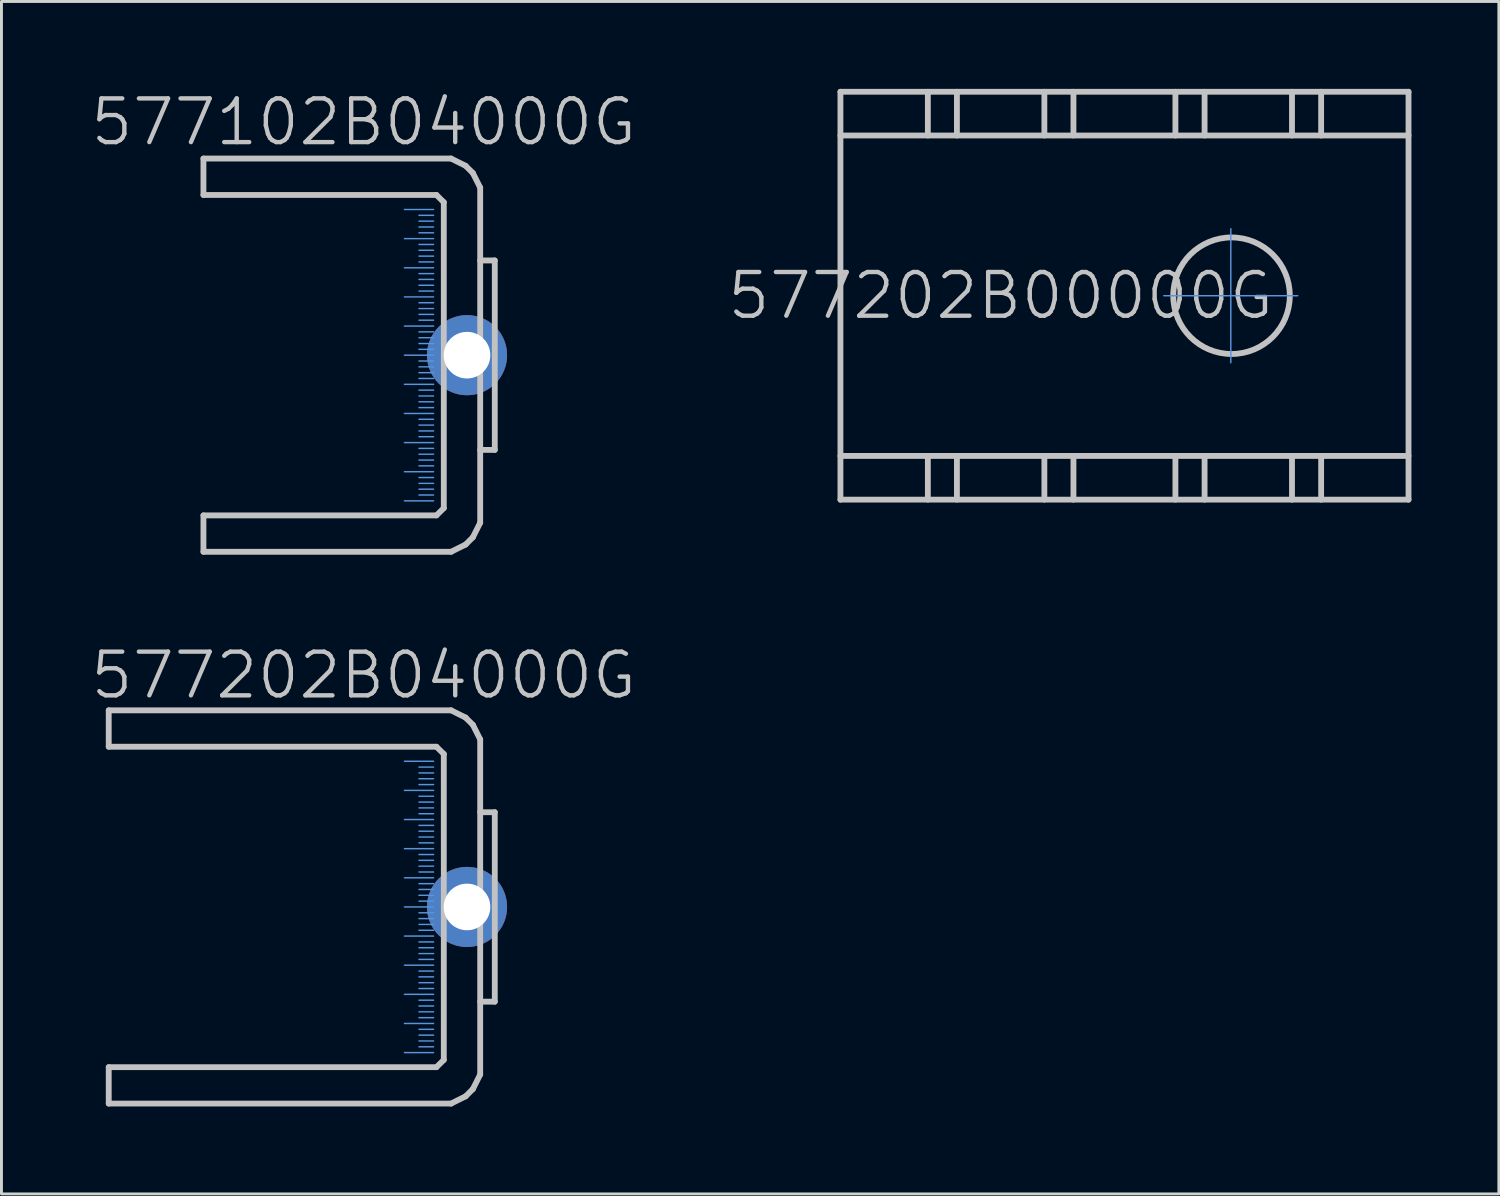
<source format=kicad_pcb>
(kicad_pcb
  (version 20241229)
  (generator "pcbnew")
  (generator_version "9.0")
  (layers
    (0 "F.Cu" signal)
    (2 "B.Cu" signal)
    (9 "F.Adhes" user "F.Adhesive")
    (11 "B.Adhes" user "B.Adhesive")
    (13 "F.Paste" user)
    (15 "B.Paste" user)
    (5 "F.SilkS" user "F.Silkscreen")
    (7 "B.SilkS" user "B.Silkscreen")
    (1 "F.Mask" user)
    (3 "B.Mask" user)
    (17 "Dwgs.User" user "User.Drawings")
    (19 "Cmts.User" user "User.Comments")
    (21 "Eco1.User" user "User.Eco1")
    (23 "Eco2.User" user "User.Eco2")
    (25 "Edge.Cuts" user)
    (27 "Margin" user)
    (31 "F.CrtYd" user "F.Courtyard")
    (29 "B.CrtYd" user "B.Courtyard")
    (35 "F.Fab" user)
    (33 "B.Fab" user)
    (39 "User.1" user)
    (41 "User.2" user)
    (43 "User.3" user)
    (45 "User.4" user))
  (footprint "577102B04000G"
    (layer "F.Cu")
    (at 9.432 9.141)
    (property "Reference" "577102B04000G" (at 0 -8 180) (layer "Dwgs.User") (effects (font (size 1.5 1.5) (thickness 0.15))))
    (attr through_hole)
    (fp_line (start -5.499 -5.499) (end -5.499 -6.749) (stroke (width 0.2) (type solid)) (layer "Dwgs.User"))
    (fp_line (start -5.499 -5.499) (end 2.499 -5.499) (stroke (width 0.2) (type solid)) (layer "Dwgs.User"))
    (fp_line (start -5.499 5.499) (end 2.499 5.499) (stroke (width 0.2) (type solid)) (layer "Dwgs.User"))
    (fp_line (start -5.499 6.749) (end -5.499 5.499) (stroke (width 0.2) (type solid)) (layer "Dwgs.User"))
    (fp_line (start 2.499 -5.499) (end 2.751 -5.25) (stroke (width 0.2) (type solid)) (layer "Dwgs.User"))
    (fp_line (start 2.751 -5.25) (end 2.751 5.25) (stroke (width 0.2) (type solid)) (layer "Dwgs.User"))
    (fp_line (start 2.751 5.25) (end 2.499 5.499) (stroke (width 0.2) (type solid)) (layer "Dwgs.User"))
    (fp_line (start 3 -6.749) (end -5.499 -6.749) (stroke (width 0.2) (type solid)) (layer "Dwgs.User"))
    (fp_line (start 3 -6.749) (end 3.5 -6.5) (stroke (width 0.2) (type solid)) (layer "Dwgs.User"))
    (fp_line (start 3 6.749) (end -5.499 6.749) (stroke (width 0.2) (type solid)) (layer "Dwgs.User"))
    (fp_line (start 3.5 -6.5) (end 3.749 -6.251) (stroke (width 0.2) (type solid)) (layer "Dwgs.User"))
    (fp_line (start 3.5 6.5) (end 3 6.749) (stroke (width 0.2) (type solid)) (layer "Dwgs.User"))
    (fp_line (start 3.749 -6.251) (end 4 -5.751) (stroke (width 0.2) (type solid)) (layer "Dwgs.User"))
    (fp_line (start 3.749 6.251) (end 3.5 6.5) (stroke (width 0.2) (type solid)) (layer "Dwgs.User"))
    (fp_line (start 4 -3.251) (end 4.501 -3.251) (stroke (width 0.2) (type solid)) (layer "Dwgs.User"))
    (fp_line (start 4 5.751) (end 3.749 6.251) (stroke (width 0.2) (type solid)) (layer "Dwgs.User"))
    (fp_line (start 4 5.751) (end 4 -5.751) (stroke (width 0.2) (type solid)) (layer "Dwgs.User"))
    (fp_line (start 4.501 -3.251) (end 4.501 3.251) (stroke (width 0.2) (type solid)) (layer "Dwgs.User"))
    (fp_line (start 4.501 3.251) (end 4 3.251) (stroke (width 0.2) (type solid)) (layer "Dwgs.User"))
    (fp_line (start 2.4 -5) (end 1.4 -5) (stroke (width 0.05) (type solid)) (layer "Cmts.User"))
    (fp_line (start 2.4 -4.8) (end 1.9 -4.8) (stroke (width 0.05) (type solid)) (layer "Cmts.User"))
    (fp_line (start 2.4 -4.6) (end 1.9 -4.6) (stroke (width 0.05) (type solid)) (layer "Cmts.User"))
    (fp_line (start 2.4 -4.4) (end 1.9 -4.4) (stroke (width 0.05) (type solid)) (layer "Cmts.User"))
    (fp_line (start 2.4 -4.2) (end 1.9 -4.2) (stroke (width 0.05) (type solid)) (layer "Cmts.User"))
    (fp_line (start 2.4 -4) (end 1.4 -4) (stroke (width 0.05) (type solid)) (layer "Cmts.User"))
    (fp_line (start 2.4 -3.8) (end 1.9 -3.8) (stroke (width 0.05) (type solid)) (layer "Cmts.User"))
    (fp_line (start 2.4 -3.6) (end 1.9 -3.6) (stroke (width 0.05) (type solid)) (layer "Cmts.User"))
    (fp_line (start 2.4 -3.4) (end 1.9 -3.4) (stroke (width 0.05) (type solid)) (layer "Cmts.User"))
    (fp_line (start 2.4 -3.2) (end 1.9 -3.2) (stroke (width 0.05) (type solid)) (layer "Cmts.User"))
    (fp_line (start 2.4 -3) (end 1.4 -3) (stroke (width 0.05) (type solid)) (layer "Cmts.User"))
    (fp_line (start 2.4 -2.8) (end 1.9 -2.8) (stroke (width 0.05) (type solid)) (layer "Cmts.User"))
    (fp_line (start 2.4 -2.6) (end 1.9 -2.6) (stroke (width 0.05) (type solid)) (layer "Cmts.User"))
    (fp_line (start 2.4 -2.4) (end 1.9 -2.4) (stroke (width 0.05) (type solid)) (layer "Cmts.User"))
    (fp_line (start 2.4 -2.2) (end 1.9 -2.2) (stroke (width 0.05) (type solid)) (layer "Cmts.User"))
    (fp_line (start 2.4 -2) (end 1.4 -2) (stroke (width 0.05) (type solid)) (layer "Cmts.User"))
    (fp_line (start 2.4 -1.8) (end 1.9 -1.8) (stroke (width 0.05) (type solid)) (layer "Cmts.User"))
    (fp_line (start 2.4 -1.6) (end 1.9 -1.6) (stroke (width 0.05) (type solid)) (layer "Cmts.User"))
    (fp_line (start 2.4 -1.4) (end 1.9 -1.4) (stroke (width 0.05) (type solid)) (layer "Cmts.User"))
    (fp_line (start 2.4 -1.2) (end 1.9 -1.2) (stroke (width 0.05) (type solid)) (layer "Cmts.User"))
    (fp_line (start 2.4 -1) (end 1.4 -1) (stroke (width 0.05) (type solid)) (layer "Cmts.User"))
    (fp_line (start 2.4 -0.8) (end 1.9 -0.8) (stroke (width 0.05) (type solid)) (layer "Cmts.User"))
    (fp_line (start 2.4 -0.6) (end 1.9 -0.6) (stroke (width 0.05) (type solid)) (layer "Cmts.User"))
    (fp_line (start 2.4 -0.4) (end 1.9 -0.4) (stroke (width 0.05) (type solid)) (layer "Cmts.User"))
    (fp_line (start 2.4 -0.2) (end 1.9 -0.2) (stroke (width 0.05) (type solid)) (layer "Cmts.User"))
    (fp_line (start 2.4 0) (end 1.4 0) (stroke (width 0.05) (type solid)) (layer "Cmts.User"))
    (fp_line (start 2.4 0.2) (end 1.9 0.2) (stroke (width 0.05) (type solid)) (layer "Cmts.User"))
    (fp_line (start 2.4 0.4) (end 1.9 0.4) (stroke (width 0.05) (type solid)) (layer "Cmts.User"))
    (fp_line (start 2.4 0.6) (end 1.9 0.6) (stroke (width 0.05) (type solid)) (layer "Cmts.User"))
    (fp_line (start 2.4 0.8) (end 1.9 0.8) (stroke (width 0.05) (type solid)) (layer "Cmts.User"))
    (fp_line (start 2.4 1) (end 1.4 1) (stroke (width 0.05) (type solid)) (layer "Cmts.User"))
    (fp_line (start 2.4 1.2) (end 1.9 1.2) (stroke (width 0.05) (type solid)) (layer "Cmts.User"))
    (fp_line (start 2.4 1.4) (end 1.9 1.4) (stroke (width 0.05) (type solid)) (layer "Cmts.User"))
    (fp_line (start 2.4 1.6) (end 1.9 1.6) (stroke (width 0.05) (type solid)) (layer "Cmts.User"))
    (fp_line (start 2.4 1.8) (end 1.9 1.8) (stroke (width 0.05) (type solid)) (layer "Cmts.User"))
    (fp_line (start 2.4 2) (end 1.4 2) (stroke (width 0.05) (type solid)) (layer "Cmts.User"))
    (fp_line (start 2.4 2.2) (end 1.9 2.2) (stroke (width 0.05) (type solid)) (layer "Cmts.User"))
    (fp_line (start 2.4 2.4) (end 1.9 2.4) (stroke (width 0.05) (type solid)) (layer "Cmts.User"))
    (fp_line (start 2.4 2.6) (end 1.9 2.6) (stroke (width 0.05) (type solid)) (layer "Cmts.User"))
    (fp_line (start 2.4 2.8) (end 1.9 2.8) (stroke (width 0.05) (type solid)) (layer "Cmts.User"))
    (fp_line (start 2.4 3) (end 1.4 3) (stroke (width 0.05) (type solid)) (layer "Cmts.User"))
    (fp_line (start 2.4 3.2) (end 1.9 3.2) (stroke (width 0.05) (type solid)) (layer "Cmts.User"))
    (fp_line (start 2.4 3.4) (end 1.9 3.4) (stroke (width 0.05) (type solid)) (layer "Cmts.User"))
    (fp_line (start 2.4 3.6) (end 1.9 3.6) (stroke (width 0.05) (type solid)) (layer "Cmts.User"))
    (fp_line (start 2.4 3.8) (end 1.9 3.8) (stroke (width 0.05) (type solid)) (layer "Cmts.User"))
    (fp_line (start 2.4 4) (end 1.4 4) (stroke (width 0.05) (type solid)) (layer "Cmts.User"))
    (fp_line (start 2.4 4.2) (end 1.9 4.2) (stroke (width 0.05) (type solid)) (layer "Cmts.User"))
    (fp_line (start 2.4 4.4) (end 1.9 4.4) (stroke (width 0.05) (type solid)) (layer "Cmts.User"))
    (fp_line (start 2.4 4.6) (end 1.9 4.6) (stroke (width 0.05) (type solid)) (layer "Cmts.User"))
    (fp_line (start 2.4 4.8) (end 1.9 4.8) (stroke (width 0.05) (type solid)) (layer "Cmts.User"))
    (fp_line (start 2.4 5) (end 1.4 5) (stroke (width 0.05) (type solid)) (layer "Cmts.User"))
    (pad "" thru_hole circle (at 3.548 0 270) (size 2.75 2.75) (drill 1.6) (layers "*.Cu" "*.Mask")))
  (footprint "577202B00000G"
    (layer "F.Cu")
    (at 31.296 7.1)
    (property "Reference" "577202B00000G" (at 0 0 180) (layer "Dwgs.User") (effects (font (size 1.5 1.5) (thickness 0.15))))
    (attr through_hole)
    (fp_line (start -5.499 -7) (end -5.499 7) (stroke (width 0.2) (type solid)) (layer "Dwgs.User"))
    (fp_line (start -5.499 -5.499) (end 14 -5.499) (stroke (width 0.2) (type solid)) (layer "Dwgs.User"))
    (fp_line (start -5.499 7) (end 14 7) (stroke (width 0.2) (type solid)) (layer "Dwgs.User"))
    (fp_line (start -2.499 -7) (end -2.499 -5.499) (stroke (width 0.2) (type solid)) (layer "Dwgs.User"))
    (fp_line (start -2.499 5.499) (end -2.499 7) (stroke (width 0.2) (type solid)) (layer "Dwgs.User"))
    (fp_line (start -1.501 -7) (end -1.501 -5.499) (stroke (width 0.2) (type solid)) (layer "Dwgs.User"))
    (fp_line (start -1.501 5.499) (end -1.501 7) (stroke (width 0.2) (type solid)) (layer "Dwgs.User"))
    (fp_line (start 1.501 -7) (end 1.501 -5.499) (stroke (width 0.2) (type solid)) (layer "Dwgs.User"))
    (fp_line (start 1.501 5.499) (end 1.501 7) (stroke (width 0.2) (type solid)) (layer "Dwgs.User"))
    (fp_line (start 2.499 -7) (end 2.499 -5.499) (stroke (width 0.2) (type solid)) (layer "Dwgs.User"))
    (fp_line (start 2.499 5.499) (end 2.499 7) (stroke (width 0.2) (type solid)) (layer "Dwgs.User"))
    (fp_line (start 5.999 -7) (end 5.999 -5.499) (stroke (width 0.2) (type solid)) (layer "Dwgs.User"))
    (fp_line (start 5.999 5.499) (end 5.999 7) (stroke (width 0.2) (type solid)) (layer "Dwgs.User"))
    (fp_line (start 7 -7) (end 7 -5.499) (stroke (width 0.2) (type solid)) (layer "Dwgs.User"))
    (fp_line (start 7 5.499) (end 7 7) (stroke (width 0.2) (type solid)) (layer "Dwgs.User"))
    (fp_line (start 10 -7) (end 10 -5.499) (stroke (width 0.2) (type solid)) (layer "Dwgs.User"))
    (fp_line (start 10 5.499) (end 10 7) (stroke (width 0.2) (type solid)) (layer "Dwgs.User"))
    (fp_line (start 11.001 -7) (end 11.001 -5.499) (stroke (width 0.2) (type solid)) (layer "Dwgs.User"))
    (fp_line (start 11.001 5.499) (end 11.001 7) (stroke (width 0.2) (type solid)) (layer "Dwgs.User"))
    (fp_line (start 14 -7) (end -5.499 -7) (stroke (width 0.2) (type solid)) (layer "Dwgs.User"))
    (fp_line (start 14 5.499) (end -5.499 5.499) (stroke (width 0.2) (type solid)) (layer "Dwgs.User"))
    (fp_line (start 14 7) (end 14 -7) (stroke (width 0.2) (type solid)) (layer "Dwgs.User"))
    (fp_circle (center 7.925 0) (end 8.001 -1.999) (stroke (width 0.2) (type solid)) (fill no) (layer "Dwgs.User"))
    (fp_line (start 5.6 0) (end 10.2 0) (stroke (width 0.05) (type solid)) (layer "Cmts.User"))
    (fp_line (start 7.9 -2.3) (end 7.9 2.3) (stroke (width 0.05) (type solid)) (layer "Cmts.User")))
  (footprint "577202B04000G"
    (layer "F.Cu")
    (at 9.432 28.08)
    (property "Reference" "577202B04000G" (at 0 -7.95 180) (layer "Dwgs.User") (effects (font (size 1.5 1.5) (thickness 0.15))))
    (attr through_hole)
    (fp_line (start -8.75 -5.499) (end -8.75 -6.749) (stroke (width 0.2) (type solid)) (layer "Dwgs.User"))
    (fp_line (start -8.75 -5.499) (end 2.499 -5.499) (stroke (width 0.2) (type solid)) (layer "Dwgs.User"))
    (fp_line (start -8.75 6.749) (end -8.75 5.499) (stroke (width 0.2) (type solid)) (layer "Dwgs.User"))
    (fp_line (start 2.499 -5.499) (end 2.751 -5.25) (stroke (width 0.2) (type solid)) (layer "Dwgs.User"))
    (fp_line (start 2.499 5.499) (end -8.75 5.499) (stroke (width 0.2) (type solid)) (layer "Dwgs.User"))
    (fp_line (start 2.751 -5.25) (end 2.751 5.25) (stroke (width 0.2) (type solid)) (layer "Dwgs.User"))
    (fp_line (start 2.751 5.25) (end 2.499 5.499) (stroke (width 0.2) (type solid)) (layer "Dwgs.User"))
    (fp_line (start 3 -6.749) (end -8.75 -6.749) (stroke (width 0.2) (type solid)) (layer "Dwgs.User"))
    (fp_line (start 3 -6.749) (end 3.5 -6.5) (stroke (width 0.2) (type solid)) (layer "Dwgs.User"))
    (fp_line (start 3 6.749) (end -8.75 6.749) (stroke (width 0.2) (type solid)) (layer "Dwgs.User"))
    (fp_line (start 3.5 -6.5) (end 3.749 -6.251) (stroke (width 0.2) (type solid)) (layer "Dwgs.User"))
    (fp_line (start 3.5 6.5) (end 3 6.749) (stroke (width 0.2) (type solid)) (layer "Dwgs.User"))
    (fp_line (start 3.749 -6.251) (end 4 -5.751) (stroke (width 0.2) (type solid)) (layer "Dwgs.User"))
    (fp_line (start 3.749 6.251) (end 3.5 6.5) (stroke (width 0.2) (type solid)) (layer "Dwgs.User"))
    (fp_line (start 4 -3.251) (end 4.501 -3.251) (stroke (width 0.2) (type solid)) (layer "Dwgs.User"))
    (fp_line (start 4 5.751) (end 3.749 6.251) (stroke (width 0.2) (type solid)) (layer "Dwgs.User"))
    (fp_line (start 4 5.751) (end 4 -5.751) (stroke (width 0.2) (type solid)) (layer "Dwgs.User"))
    (fp_line (start 4.501 -3.251) (end 4.501 3.251) (stroke (width 0.2) (type solid)) (layer "Dwgs.User"))
    (fp_line (start 4.501 3.251) (end 4 3.251) (stroke (width 0.2) (type solid)) (layer "Dwgs.User"))
    (fp_line (start 2.4 -5) (end 1.4 -5) (stroke (width 0.05) (type solid)) (layer "Cmts.User"))
    (fp_line (start 2.4 -4.8) (end 1.9 -4.8) (stroke (width 0.05) (type solid)) (layer "Cmts.User"))
    (fp_line (start 2.4 -4.6) (end 1.9 -4.6) (stroke (width 0.05) (type solid)) (layer "Cmts.User"))
    (fp_line (start 2.4 -4.4) (end 1.9 -4.4) (stroke (width 0.05) (type solid)) (layer "Cmts.User"))
    (fp_line (start 2.4 -4.2) (end 1.9 -4.2) (stroke (width 0.05) (type solid)) (layer "Cmts.User"))
    (fp_line (start 2.4 -4) (end 1.4 -4) (stroke (width 0.05) (type solid)) (layer "Cmts.User"))
    (fp_line (start 2.4 -3.8) (end 1.9 -3.8) (stroke (width 0.05) (type solid)) (layer "Cmts.User"))
    (fp_line (start 2.4 -3.6) (end 1.9 -3.6) (stroke (width 0.05) (type solid)) (layer "Cmts.User"))
    (fp_line (start 2.4 -3.4) (end 1.9 -3.4) (stroke (width 0.05) (type solid)) (layer "Cmts.User"))
    (fp_line (start 2.4 -3.2) (end 1.9 -3.2) (stroke (width 0.05) (type solid)) (layer "Cmts.User"))
    (fp_line (start 2.4 -3) (end 1.4 -3) (stroke (width 0.05) (type solid)) (layer "Cmts.User"))
    (fp_line (start 2.4 -2.8) (end 1.9 -2.8) (stroke (width 0.05) (type solid)) (layer "Cmts.User"))
    (fp_line (start 2.4 -2.6) (end 1.9 -2.6) (stroke (width 0.05) (type solid)) (layer "Cmts.User"))
    (fp_line (start 2.4 -2.4) (end 1.9 -2.4) (stroke (width 0.05) (type solid)) (layer "Cmts.User"))
    (fp_line (start 2.4 -2.2) (end 1.9 -2.2) (stroke (width 0.05) (type solid)) (layer "Cmts.User"))
    (fp_line (start 2.4 -2) (end 1.4 -2) (stroke (width 0.05) (type solid)) (layer "Cmts.User"))
    (fp_line (start 2.4 -1.8) (end 1.9 -1.8) (stroke (width 0.05) (type solid)) (layer "Cmts.User"))
    (fp_line (start 2.4 -1.6) (end 1.9 -1.6) (stroke (width 0.05) (type solid)) (layer "Cmts.User"))
    (fp_line (start 2.4 -1.4) (end 1.9 -1.4) (stroke (width 0.05) (type solid)) (layer "Cmts.User"))
    (fp_line (start 2.4 -1.2) (end 1.9 -1.2) (stroke (width 0.05) (type solid)) (layer "Cmts.User"))
    (fp_line (start 2.4 -1) (end 1.4 -1) (stroke (width 0.05) (type solid)) (layer "Cmts.User"))
    (fp_line (start 2.4 -0.8) (end 1.9 -0.8) (stroke (width 0.05) (type solid)) (layer "Cmts.User"))
    (fp_line (start 2.4 -0.6) (end 1.9 -0.6) (stroke (width 0.05) (type solid)) (layer "Cmts.User"))
    (fp_line (start 2.4 -0.4) (end 1.9 -0.4) (stroke (width 0.05) (type solid)) (layer "Cmts.User"))
    (fp_line (start 2.4 -0.2) (end 1.9 -0.2) (stroke (width 0.05) (type solid)) (layer "Cmts.User"))
    (fp_line (start 2.4 0) (end 1.4 0) (stroke (width 0.05) (type solid)) (layer "Cmts.User"))
    (fp_line (start 2.4 0.2) (end 1.9 0.2) (stroke (width 0.05) (type solid)) (layer "Cmts.User"))
    (fp_line (start 2.4 0.4) (end 1.9 0.4) (stroke (width 0.05) (type solid)) (layer "Cmts.User"))
    (fp_line (start 2.4 0.6) (end 1.9 0.6) (stroke (width 0.05) (type solid)) (layer "Cmts.User"))
    (fp_line (start 2.4 0.8) (end 1.9 0.8) (stroke (width 0.05) (type solid)) (layer "Cmts.User"))
    (fp_line (start 2.4 1) (end 1.4 1) (stroke (width 0.05) (type solid)) (layer "Cmts.User"))
    (fp_line (start 2.4 1.2) (end 1.9 1.2) (stroke (width 0.05) (type solid)) (layer "Cmts.User"))
    (fp_line (start 2.4 1.4) (end 1.9 1.4) (stroke (width 0.05) (type solid)) (layer "Cmts.User"))
    (fp_line (start 2.4 1.6) (end 1.9 1.6) (stroke (width 0.05) (type solid)) (layer "Cmts.User"))
    (fp_line (start 2.4 1.8) (end 1.9 1.8) (stroke (width 0.05) (type solid)) (layer "Cmts.User"))
    (fp_line (start 2.4 2) (end 1.4 2) (stroke (width 0.05) (type solid)) (layer "Cmts.User"))
    (fp_line (start 2.4 2.2) (end 1.9 2.2) (stroke (width 0.05) (type solid)) (layer "Cmts.User"))
    (fp_line (start 2.4 2.4) (end 1.9 2.4) (stroke (width 0.05) (type solid)) (layer "Cmts.User"))
    (fp_line (start 2.4 2.6) (end 1.9 2.6) (stroke (width 0.05) (type solid)) (layer "Cmts.User"))
    (fp_line (start 2.4 2.8) (end 1.9 2.8) (stroke (width 0.05) (type solid)) (layer "Cmts.User"))
    (fp_line (start 2.4 3) (end 1.4 3) (stroke (width 0.05) (type solid)) (layer "Cmts.User"))
    (fp_line (start 2.4 3.2) (end 1.9 3.2) (stroke (width 0.05) (type solid)) (layer "Cmts.User"))
    (fp_line (start 2.4 3.4) (end 1.9 3.4) (stroke (width 0.05) (type solid)) (layer "Cmts.User"))
    (fp_line (start 2.4 3.6) (end 1.9 3.6) (stroke (width 0.05) (type solid)) (layer "Cmts.User"))
    (fp_line (start 2.4 3.8) (end 1.9 3.8) (stroke (width 0.05) (type solid)) (layer "Cmts.User"))
    (fp_line (start 2.4 4) (end 1.4 4) (stroke (width 0.05) (type solid)) (layer "Cmts.User"))
    (fp_line (start 2.4 4.2) (end 1.9 4.2) (stroke (width 0.05) (type solid)) (layer "Cmts.User"))
    (fp_line (start 2.4 4.4) (end 1.9 4.4) (stroke (width 0.05) (type solid)) (layer "Cmts.User"))
    (fp_line (start 2.4 4.6) (end 1.9 4.6) (stroke (width 0.05) (type solid)) (layer "Cmts.User"))
    (fp_line (start 2.4 4.8) (end 1.9 4.8) (stroke (width 0.05) (type solid)) (layer "Cmts.User"))
    (fp_line (start 2.4 5) (end 1.4 5) (stroke (width 0.05) (type solid)) (layer "Cmts.User"))
    (pad "" thru_hole circle (at 3.548 0 270) (size 2.75 2.75) (drill 1.6) (layers "*.Cu" "*.Mask")))
  (gr_rect
    (start -3 -3)
    (end 48.397 37.929)
    (stroke (width 0.1) (type default))
    (fill no)
    (layer "Edge.Cuts")))
</source>
